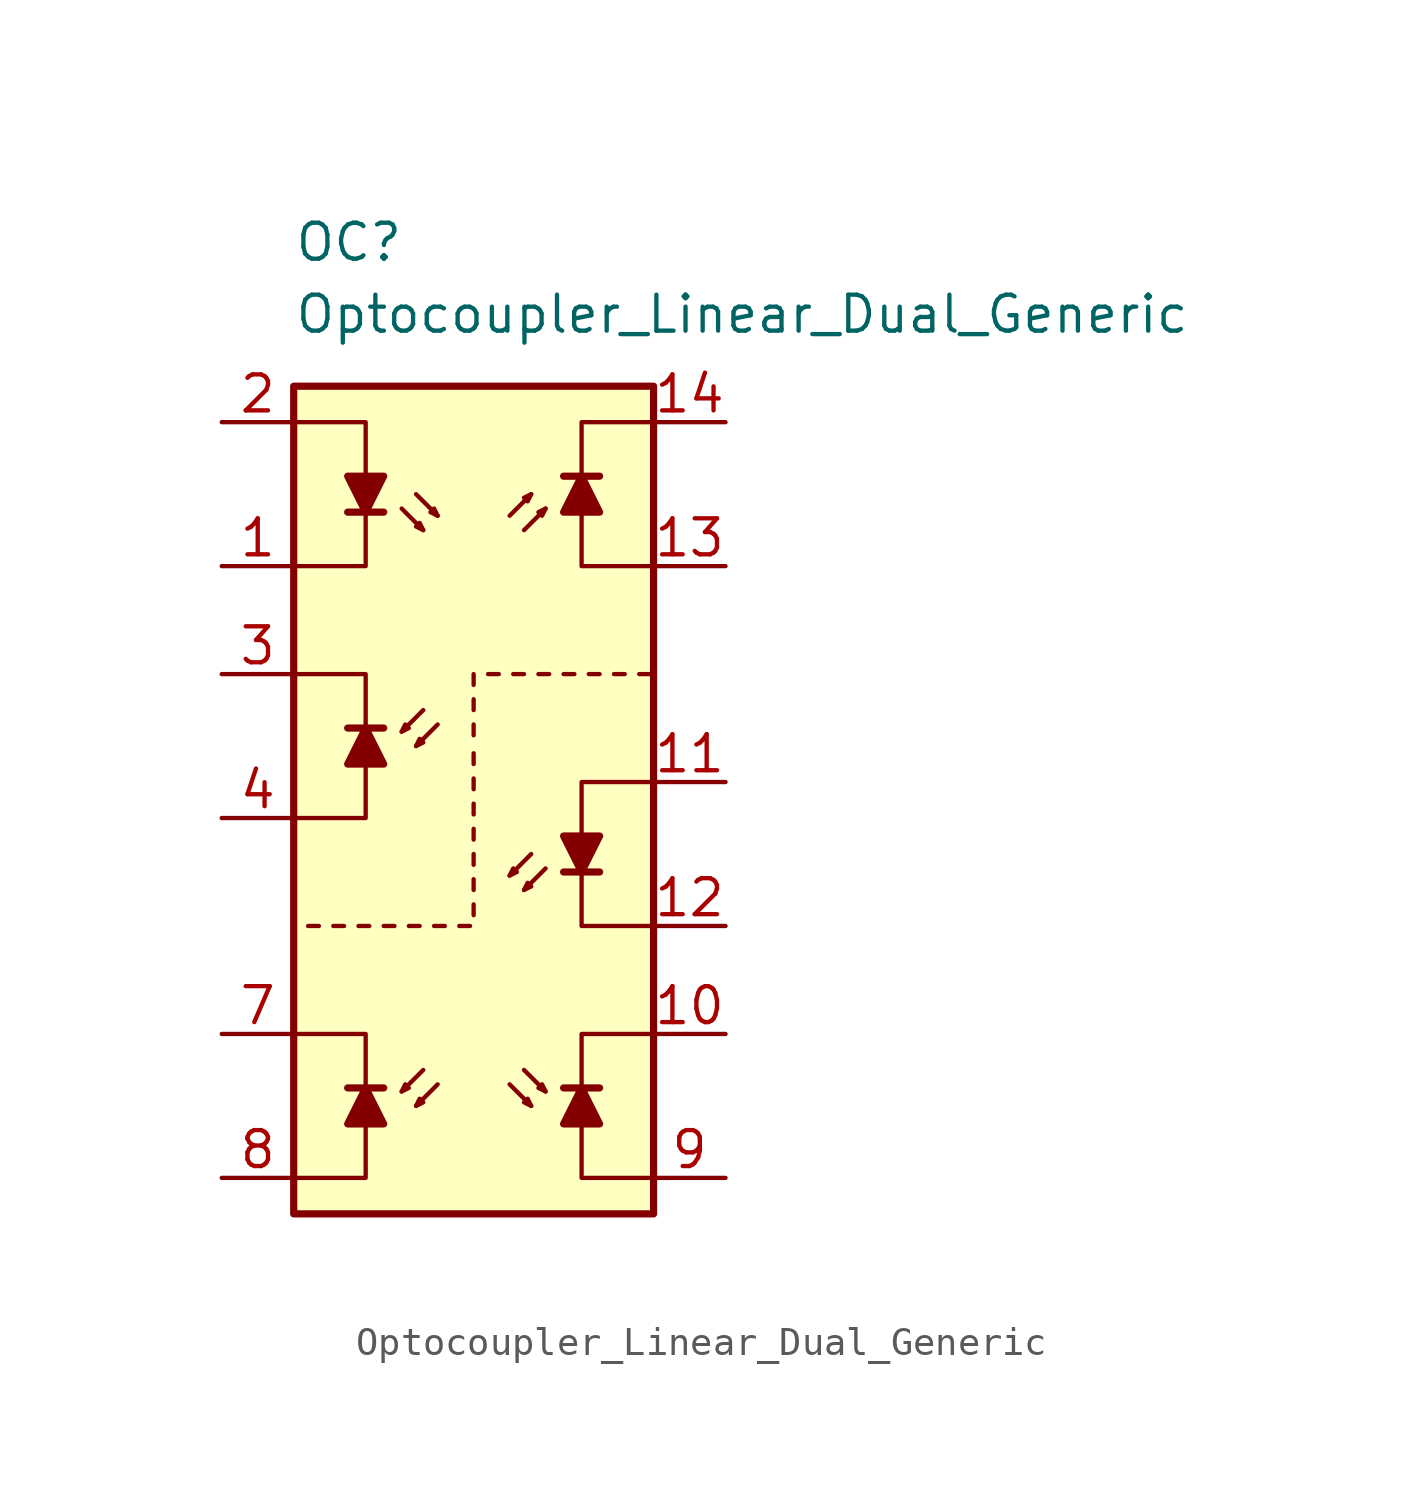
<source format=kicad_sym>
(kicad_symbol_lib
  (version 20211014)
  (generator kicad_symbol_editor)
  (symbol "Optocoupler_Misc_AKL:Optocoupler_Linear_Dual_Generic"
    (pin_names
      (offset 1.016))
    (property "Reference" "OC"
      (at -7.62 19.05 0)
      (effects (font (size 1.27 1.27)) (justify left)))
    (property "Value" "Optocoupler_Linear_Dual_Generic"
      (at -7.62 16.51 0)
      (effects (font (size 1.27 1.27)) (justify left)))
    (symbol "Optocoupler_Linear_Dual_Generic_0_0"
      (polyline (pts (xy -3.81 9.652) (xy -3.048 8.89)) (stroke (width 0) (type default) (color 0 0 0 0)) (fill (type none)))
      (polyline (pts (xy -3.302 10.16) (xy -2.54 9.398)) (stroke (width 0) (type default) (color 0 0 0 0)) (fill (type none)))
      (polyline (pts (xy -3.048 8.89) (xy -3.302 9.017) (xy -3.175 9.144) (xy -3.048 8.89)) (stroke (width 0) (type default) (color 0 0 0 0)) (fill (type none)))
      (polyline (pts (xy -2.54 9.398) (xy -2.794 9.525) (xy -2.667 9.652) (xy -2.54 9.398)) (stroke (width 0) (type default) (color 0 0 0 0)) (fill (type none))))
    (symbol "Optocoupler_Linear_Dual_Generic_0_1"
      (rectangle (start -7.62 13.97) (end 5.08 -15.24) (stroke (width 0.254) (type default) (color 0 0 0 0)) (fill (type background)))
      (polyline (pts (xy -7.112 -5.08) (xy -6.731 -5.08)) (stroke (width 0) (type default) (color 0 0 0 0)) (fill (type none)))
      (polyline (pts (xy -6.223 -5.08) (xy -5.842 -5.08)) (stroke (width 0) (type default) (color 0 0 0 0)) (fill (type none)))
      (polyline (pts (xy -5.715 9.525) (xy -4.445 9.525)) (stroke (width 0.254) (type default) (color 0 0 0 0)) (fill (type none)))
      (polyline (pts (xy -7.62 12.7) (xy -5.08 12.7) (xy -5.08 9.525)) (stroke (width 0) (type default) (color 0 0 0 0)) (fill (type none)))
      (polyline (pts (xy -5.08 9.525) (xy -5.08 7.62) (xy -7.62 7.62)) (stroke (width 0) (type default) (color 0 0 0 0)) (fill (type none)))
      (polyline (pts (xy -5.08 9.525) (xy -5.715 10.795) (xy -4.445 10.795) (xy -5.08 9.525)) (stroke (width 0.254) (type default) (color 0 0 0 0)) (fill (type outline))))
    (symbol "Optocoupler_Linear_Dual_Generic_1_1"
      (polyline (pts (xy -5.715 1.905) (xy -4.445 1.905)) (stroke (width 0.254) (type default) (color 0 0 0 0)) (fill (type none)))
      (polyline (pts (xy -5.334 -5.08) (xy -4.953 -5.08)) (stroke (width 0) (type default) (color 0 0 0 0)) (fill (type none)))
      (polyline (pts (xy -4.445 -10.795) (xy -5.715 -10.795)) (stroke (width 0.254) (type default) (color 0 0 0 0)) (fill (type none)))
      (polyline (pts (xy -4.445 -5.08) (xy -4.064 -5.08)) (stroke (width 0) (type default) (color 0 0 0 0)) (fill (type none)))
      (polyline (pts (xy -3.556 -5.08) (xy -3.175 -5.08)) (stroke (width 0) (type default) (color 0 0 0 0)) (fill (type none)))
      (polyline (pts (xy -3.048 -10.16) (xy -3.81 -10.922)) (stroke (width 0) (type default) (color 0 0 0 0)) (fill (type none)))
      (polyline (pts (xy -3.048 2.54) (xy -3.81 1.778)) (stroke (width 0) (type default) (color 0 0 0 0)) (fill (type none)))
      (polyline (pts (xy -2.667 -5.08) (xy -2.286 -5.08)) (stroke (width 0) (type default) (color 0 0 0 0)) (fill (type none)))
      (polyline (pts (xy -2.54 -10.668) (xy -3.302 -11.43)) (stroke (width 0) (type default) (color 0 0 0 0)) (fill (type none)))
      (polyline (pts (xy -2.54 2.032) (xy -3.302 1.27)) (stroke (width 0) (type default) (color 0 0 0 0)) (fill (type none)))
      (polyline (pts (xy -1.778 -5.08) (xy -1.397 -5.08)) (stroke (width 0) (type default) (color 0 0 0 0)) (fill (type none)))
      (polyline (pts (xy -1.27 -4.699) (xy -1.27 -4.318)) (stroke (width 0) (type default) (color 0 0 0 0)) (fill (type none)))
      (polyline (pts (xy -1.27 -3.81) (xy -1.27 -3.429)) (stroke (width 0) (type default) (color 0 0 0 0)) (fill (type none)))
      (polyline (pts (xy -1.27 -2.921) (xy -1.27 -2.54)) (stroke (width 0) (type default) (color 0 0 0 0)) (fill (type none)))
      (polyline (pts (xy -1.27 -2.032) (xy -1.27 -1.651)) (stroke (width 0) (type default) (color 0 0 0 0)) (fill (type none)))
      (polyline (pts (xy -1.27 -1.143) (xy -1.27 -0.762)) (stroke (width 0) (type default) (color 0 0 0 0)) (fill (type none)))
      (polyline (pts (xy -1.27 -0.254) (xy -1.27 0.127)) (stroke (width 0) (type default) (color 0 0 0 0)) (fill (type none)))
      (polyline (pts (xy -1.27 0.635) (xy -1.27 1.016)) (stroke (width 0) (type default) (color 0 0 0 0)) (fill (type none)))
      (polyline (pts (xy -1.27 1.651) (xy -1.27 2.032)) (stroke (width 0) (type default) (color 0 0 0 0)) (fill (type none)))
      (polyline (pts (xy -1.27 2.54) (xy -1.27 2.921)) (stroke (width 0) (type default) (color 0 0 0 0)) (fill (type none)))
      (polyline (pts (xy -1.27 3.429) (xy -1.27 3.81)) (stroke (width 0) (type default) (color 0 0 0 0)) (fill (type none)))
      (polyline (pts (xy -0.762 3.81) (xy -0.381 3.81)) (stroke (width 0) (type default) (color 0 0 0 0)) (fill (type none)))
      (polyline (pts (xy 0 -10.668) (xy 0.762 -11.43)) (stroke (width 0) (type default) (color 0 0 0 0)) (fill (type none)))
      (polyline (pts (xy 0 9.398) (xy 0.762 10.16)) (stroke (width 0) (type default) (color 0 0 0 0)) (fill (type none)))
      (polyline (pts (xy 0.127 3.81) (xy 0.508 3.81)) (stroke (width 0) (type default) (color 0 0 0 0)) (fill (type none)))
      (polyline (pts (xy 0.508 -10.16) (xy 1.27 -10.922)) (stroke (width 0) (type default) (color 0 0 0 0)) (fill (type none)))
      (polyline (pts (xy 0.508 8.89) (xy 1.27 9.652)) (stroke (width 0) (type default) (color 0 0 0 0)) (fill (type none)))
      (polyline (pts (xy 0.762 -2.54) (xy 0 -3.302)) (stroke (width 0) (type default) (color 0 0 0 0)) (fill (type none)))
      (polyline (pts (xy 1.016 3.81) (xy 1.397 3.81)) (stroke (width 0) (type default) (color 0 0 0 0)) (fill (type none)))
      (polyline (pts (xy 1.27 -3.048) (xy 0.508 -3.81)) (stroke (width 0) (type default) (color 0 0 0 0)) (fill (type none)))
      (polyline (pts (xy 1.905 3.81) (xy 2.286 3.81)) (stroke (width 0) (type default) (color 0 0 0 0)) (fill (type none)))
      (polyline (pts (xy 2.794 3.81) (xy 3.175 3.81)) (stroke (width 0) (type default) (color 0 0 0 0)) (fill (type none)))
      (polyline (pts (xy 3.175 -10.795) (xy 1.905 -10.795)) (stroke (width 0.254) (type default) (color 0 0 0 0)) (fill (type none)))
      (polyline (pts (xy 3.175 -3.175) (xy 1.905 -3.175)) (stroke (width 0.254) (type default) (color 0 0 0 0)) (fill (type none)))
      (polyline (pts (xy 3.175 10.795) (xy 1.905 10.795)) (stroke (width 0.254) (type default) (color 0 0 0 0)) (fill (type none)))
      (polyline (pts (xy 3.683 3.81) (xy 4.064 3.81)) (stroke (width 0) (type default) (color 0 0 0 0)) (fill (type none)))
      (polyline (pts (xy 4.572 3.81) (xy 4.953 3.81)) (stroke (width 0) (type default) (color 0 0 0 0)) (fill (type none)))
      (polyline (pts (xy -7.62 -8.89) (xy -5.08 -8.89) (xy -5.08 -12.065)) (stroke (width 0) (type default) (color 0 0 0 0)) (fill (type none)))
      (polyline (pts (xy -7.62 -1.27) (xy -5.08 -1.27) (xy -5.08 1.905)) (stroke (width 0) (type default) (color 0 0 0 0)) (fill (type none)))
      (polyline (pts (xy -5.08 -12.065) (xy -5.08 -13.97) (xy -7.62 -13.97)) (stroke (width 0) (type default) (color 0 0 0 0)) (fill (type none)))
      (polyline (pts (xy -5.08 1.905) (xy -5.08 3.81) (xy -7.62 3.81)) (stroke (width 0) (type default) (color 0 0 0 0)) (fill (type none)))
      (polyline (pts (xy 2.54 -10.795) (xy 2.54 -8.89) (xy 5.08 -8.89)) (stroke (width 0) (type default) (color 0 0 0 0)) (fill (type none)))
      (polyline (pts (xy 2.54 -3.175) (xy 2.54 -5.08) (xy 5.08 -5.08)) (stroke (width 0) (type default) (color 0 0 0 0)) (fill (type none)))
      (polyline (pts (xy 2.54 10.795) (xy 2.54 12.7) (xy 5.08 12.7)) (stroke (width 0) (type default) (color 0 0 0 0)) (fill (type none)))
      (polyline (pts (xy 5.08 -13.97) (xy 2.54 -13.97) (xy 2.54 -10.795)) (stroke (width 0) (type default) (color 0 0 0 0)) (fill (type none)))
      (polyline (pts (xy 5.08 0) (xy 2.54 0) (xy 2.54 -3.175)) (stroke (width 0) (type default) (color 0 0 0 0)) (fill (type none)))
      (polyline (pts (xy 5.08 7.62) (xy 2.54 7.62) (xy 2.54 10.795)) (stroke (width 0) (type default) (color 0 0 0 0)) (fill (type none)))
      (polyline (pts (xy -5.08 -10.795) (xy -4.445 -12.065) (xy -5.715 -12.065) (xy -5.08 -10.795)) (stroke (width 0.254) (type default) (color 0 0 0 0)) (fill (type outline)))
      (polyline (pts (xy -5.08 1.905) (xy -5.715 0.635) (xy -4.445 0.635) (xy -5.08 1.905)) (stroke (width 0.254) (type default) (color 0 0 0 0)) (fill (type outline)))
      (polyline (pts (xy -3.81 -10.922) (xy -3.556 -10.795) (xy -3.683 -10.668) (xy -3.81 -10.922)) (stroke (width 0) (type default) (color 0 0 0 0)) (fill (type none)))
      (polyline (pts (xy -3.81 1.778) (xy -3.556 1.905) (xy -3.683 2.032) (xy -3.81 1.778)) (stroke (width 0) (type default) (color 0 0 0 0)) (fill (type none)))
      (polyline (pts (xy -3.302 -11.43) (xy -3.048 -11.303) (xy -3.175 -11.176) (xy -3.302 -11.43)) (stroke (width 0) (type default) (color 0 0 0 0)) (fill (type none)))
      (polyline (pts (xy -3.302 1.27) (xy -3.048 1.397) (xy -3.175 1.524) (xy -3.302 1.27)) (stroke (width 0) (type default) (color 0 0 0 0)) (fill (type none)))
      (polyline (pts (xy 0 -3.302) (xy 0.127 -3.048) (xy 0.254 -3.175) (xy 0 -3.302)) (stroke (width 0) (type default) (color 0 0 0 0)) (fill (type none)))
      (polyline (pts (xy 0.508 -3.81) (xy 0.635 -3.556) (xy 0.762 -3.683) (xy 0.508 -3.81)) (stroke (width 0) (type default) (color 0 0 0 0)) (fill (type none)))
      (polyline (pts (xy 0.762 -11.43) (xy 0.508 -11.303) (xy 0.635 -11.176) (xy 0.762 -11.43)) (stroke (width 0) (type default) (color 0 0 0 0)) (fill (type none)))
      (polyline (pts (xy 0.762 10.16) (xy 0.508 10.033) (xy 0.635 9.906) (xy 0.762 10.16)) (stroke (width 0) (type default) (color 0 0 0 0)) (fill (type none)))
      (polyline (pts (xy 1.27 -10.922) (xy 1.016 -10.795) (xy 1.143 -10.668) (xy 1.27 -10.922)) (stroke (width 0) (type default) (color 0 0 0 0)) (fill (type none)))
      (polyline (pts (xy 1.27 9.652) (xy 1.016 9.525) (xy 1.143 9.398) (xy 1.27 9.652)) (stroke (width 0) (type default) (color 0 0 0 0)) (fill (type none)))
      (polyline (pts (xy 2.54 -10.795) (xy 3.175 -12.065) (xy 1.905 -12.065) (xy 2.54 -10.795)) (stroke (width 0.254) (type default) (color 0 0 0 0)) (fill (type outline)))
      (polyline (pts (xy 2.54 -3.175) (xy 3.175 -1.905) (xy 1.905 -1.905) (xy 2.54 -3.175)) (stroke (width 0.254) (type default) (color 0 0 0 0)) (fill (type outline)))
      (polyline (pts (xy 2.54 10.795) (xy 3.175 9.525) (xy 1.905 9.525) (xy 2.54 10.795)) (stroke (width 0.254) (type default) (color 0 0 0 0)) (fill (type outline)))
      (pin passive line (at -10.16 7.62 0) (length 2.54) (name "~" (effects (font (size 1.27 1.27)))) (number "1" (effects (font (size 1.27 1.27)))))
      (pin passive line (at 7.62 -8.89 180) (length 2.54) (name "~" (effects (font (size 1.27 1.27)))) (number "10" (effects (font (size 1.27 1.27)))))
      (pin passive line (at 7.62 0 180) (length 2.54) (name "~" (effects (font (size 1.27 1.27)))) (number "11" (effects (font (size 1.27 1.27)))))
      (pin passive line (at 7.62 -5.08 180) (length 2.54) (name "~" (effects (font (size 1.27 1.27)))) (number "12" (effects (font (size 1.27 1.27)))))
      (pin passive line (at 7.62 7.62 180) (length 2.54) (name "~" (effects (font (size 1.27 1.27)))) (number "13" (effects (font (size 1.27 1.27)))))
      (pin passive line (at 7.62 12.7 180) (length 2.54) (name "~" (effects (font (size 1.27 1.27)))) (number "14" (effects (font (size 1.27 1.27)))))
      (pin passive line (at 7.62 5.08 180) (length 2.54) hide (name "NC" (effects (font (size 1.27 1.27)))) (number "16" (effects (font (size 1.27 1.27)))))
      (pin passive line (at -10.16 12.7 0) (length 2.54) (name "~" (effects (font (size 1.27 1.27)))) (number "2" (effects (font (size 1.27 1.27)))))
      (pin passive line (at -10.16 3.81 0) (length 2.54) (name "~" (effects (font (size 1.27 1.27)))) (number "3" (effects (font (size 1.27 1.27)))))
      (pin passive line (at -10.16 -1.27 0) (length 2.54) (name "~" (effects (font (size 1.27 1.27)))) (number "4" (effects (font (size 1.27 1.27)))))
      (pin passive line (at -10.16 -8.89 0) (length 2.54) (name "~" (effects (font (size 1.27 1.27)))) (number "7" (effects (font (size 1.27 1.27)))))
      (pin passive line (at -10.16 -13.97 0) (length 2.54) (name "~" (effects (font (size 1.27 1.27)))) (number "8" (effects (font (size 1.27 1.27)))))
      (pin passive line (at 7.62 -13.97 180) (length 2.54) (name "~" (effects (font (size 1.27 1.27)))) (number "9" (effects (font (size 1.27 1.27))))))))
</source>
